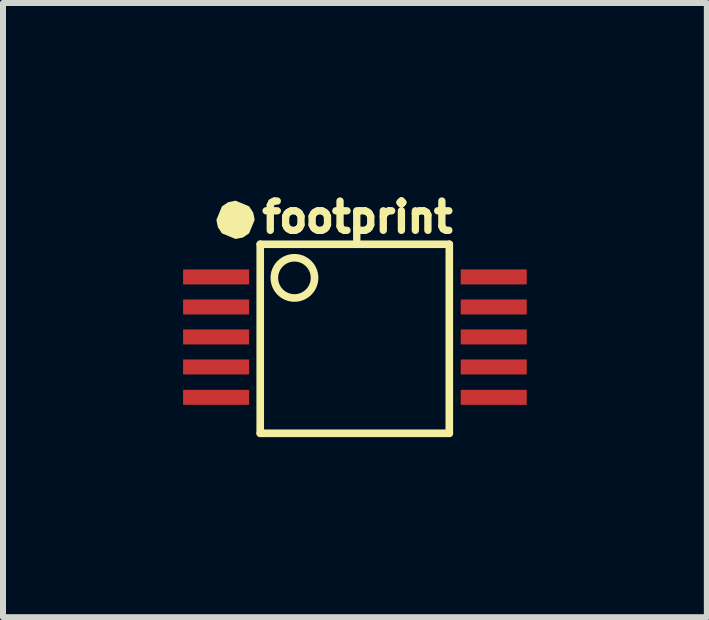
<source format=kicad_pcb>
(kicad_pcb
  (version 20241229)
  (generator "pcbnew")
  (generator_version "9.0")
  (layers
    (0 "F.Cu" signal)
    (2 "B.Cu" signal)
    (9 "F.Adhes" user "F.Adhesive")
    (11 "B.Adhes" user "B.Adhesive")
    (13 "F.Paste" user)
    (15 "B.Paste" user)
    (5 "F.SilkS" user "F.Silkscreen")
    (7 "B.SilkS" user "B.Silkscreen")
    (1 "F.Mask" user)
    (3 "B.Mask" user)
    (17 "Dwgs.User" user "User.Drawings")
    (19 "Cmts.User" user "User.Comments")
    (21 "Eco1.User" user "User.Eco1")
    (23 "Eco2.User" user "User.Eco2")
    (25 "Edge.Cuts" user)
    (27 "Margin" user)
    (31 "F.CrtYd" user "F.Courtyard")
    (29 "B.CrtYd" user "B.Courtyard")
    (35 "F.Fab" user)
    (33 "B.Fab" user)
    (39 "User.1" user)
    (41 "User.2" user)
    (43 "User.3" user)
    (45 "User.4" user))
  (footprint "footprint"
    (layer "F.Cu")
    (at 2.809 2.581)
    (property "Reference" "footprint" (at 0.096 -1.728 0) (layer "F.SilkS") (effects (font (size 0.488 0.488) (thickness 0.122)) (justify bottom)))
    (fp_line (start -1.524 -1.562) (end -1.524 1.587) (stroke (width 0.127) (type solid)) (layer "F.SilkS"))
    (fp_line (start -1.524 1.587) (end 1.626 1.587) (stroke (width 0.127) (type solid)) (layer "F.SilkS"))
    (fp_line (start 1.626 -1.562) (end -1.524 -1.562) (stroke (width 0.127) (type solid)) (layer "F.SilkS"))
    (fp_line (start 1.626 1.587) (end 1.626 -1.562) (stroke (width 0.127) (type solid)) (layer "F.SilkS"))
    (fp_circle (center -0.954 -1.002) (end -0.619 -1.002) (stroke (width 0.127) (type solid)) (fill no) (layer "F.SilkS"))
    (fp_poly (pts (xy -1.71 -2.194) (xy -1.641 -2.091) (xy -1.616 -1.969) (xy -1.71 -1.743) (xy -1.813 -1.674) (xy -1.935 -1.65) (xy -2.161 -1.743) (xy -2.23 -1.847) (xy -2.254 -1.969) (xy -2.161 -2.194) (xy -2.057 -2.263) (xy -1.935 -2.288)) (stroke (width 0) (type solid)) (fill yes) (layer "F.SilkS"))
    (pad "1" smd rect (at -2.259 -1.018) (size 1.1 0.25) (layers "F.Cu" "F.Mask" "F.Paste"))
    (pad "2" smd rect (at -2.259 -0.517) (size 1.1 0.25) (layers "F.Cu" "F.Mask" "F.Paste"))
    (pad "3" smd rect (at -2.259 -0.018) (size 1.1 0.25) (layers "F.Cu" "F.Mask" "F.Paste"))
    (pad "4" smd rect (at -2.259 0.482) (size 1.1 0.25) (layers "F.Cu" "F.Mask" "F.Paste"))
    (pad "5" smd rect (at -2.259 0.988) (size 1.1 0.25) (layers "F.Cu" "F.Mask" "F.Paste"))
    (pad "6" smd rect (at 2.366 0.988) (size 1.1 0.25) (layers "F.Cu" "F.Mask" "F.Paste"))
    (pad "7" smd rect (at 2.366 0.482) (size 1.1 0.25) (layers "F.Cu" "F.Mask" "F.Paste"))
    (pad "8" smd rect (at 2.366 -0.018) (size 1.1 0.25) (layers "F.Cu" "F.Mask" "F.Paste"))
    (pad "9" smd rect (at 2.366 -0.517) (size 1.1 0.25) (layers "F.Cu" "F.Mask" "F.Paste"))
    (pad "10" smd rect (at 2.366 -1.018) (size 1.1 0.25) (layers "F.Cu" "F.Mask" "F.Paste")))
  (gr_rect
    (start -3 -3)
    (end 8.725 7.232)
    (stroke (width 0.1) (type default))
    (fill no)
    (layer "Edge.Cuts")))
</source>
